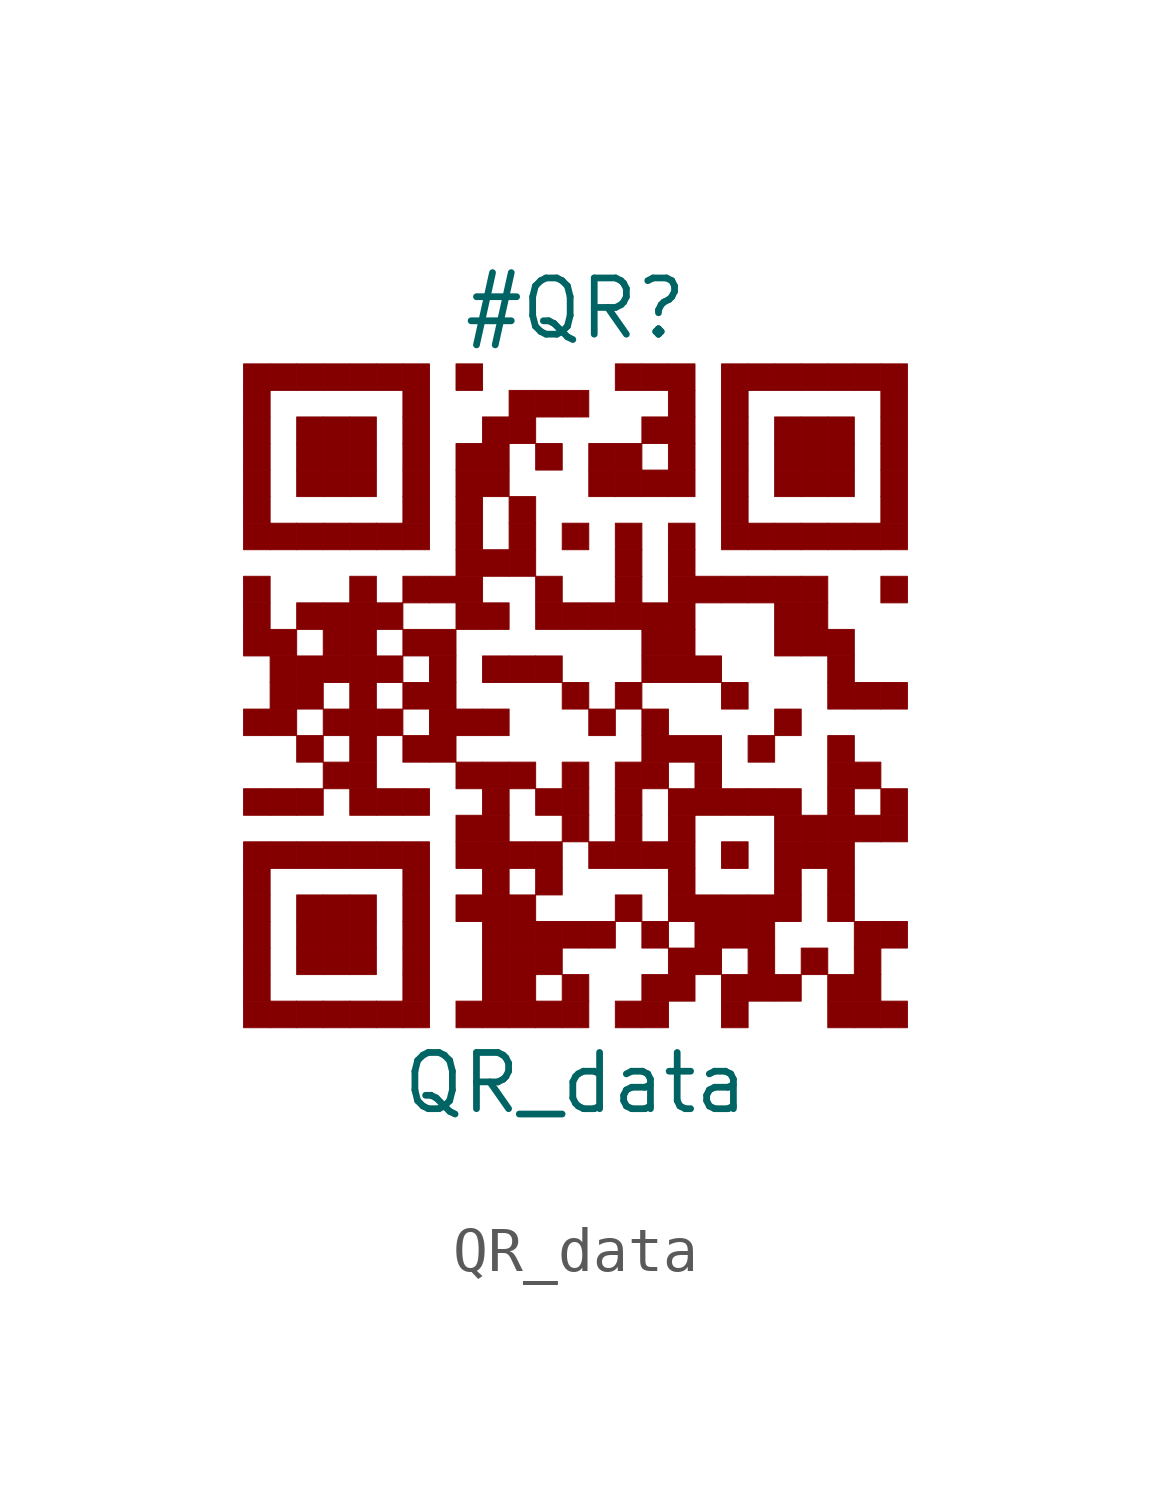
<source format=kicad_sym>
(kicad_symbol_lib
  (version 20211014)
  (generator kibot)
  (symbol "QR_data"
    (pin_numbers hide)
    (pin_names hide)
    (property "Reference" "#QR"
      (at 0 8.75 0))
    (property "Value" "QR_data"
      (at 0 -8.75 0))
    (rectangle
      (start -7.5 7.5)
      (end -6.9 6.9)
      (stroke (width 0.001) (type default))
      (fill (type outline)))
    (rectangle
      (start -6.9 7.5)
      (end -6.3 6.9)
      (stroke (width 0.001) (type default))
      (fill (type outline)))
    (rectangle
      (start -6.3 7.5)
      (end -5.7 6.9)
      (stroke (width 0.001) (type default))
      (fill (type outline)))
    (rectangle
      (start -5.7 7.5)
      (end -5.1 6.9)
      (stroke (width 0.001) (type default))
      (fill (type outline)))
    (rectangle
      (start -5.1 7.5)
      (end -4.5 6.9)
      (stroke (width 0.001) (type default))
      (fill (type outline)))
    (rectangle
      (start -4.5 7.5)
      (end -3.9 6.9)
      (stroke (width 0.001) (type default))
      (fill (type outline)))
    (rectangle
      (start -3.9 7.5)
      (end -3.3 6.9)
      (stroke (width 0.001) (type default))
      (fill (type outline)))
    (rectangle
      (start -2.7 7.5)
      (end -2.1 6.9)
      (stroke (width 0.001) (type default))
      (fill (type outline)))
    (rectangle
      (start 0.9 7.5)
      (end 1.5 6.9)
      (stroke (width 0.001) (type default))
      (fill (type outline)))
    (rectangle
      (start 1.5 7.5)
      (end 2.1 6.9)
      (stroke (width 0.001) (type default))
      (fill (type outline)))
    (rectangle
      (start 2.1 7.5)
      (end 2.7 6.9)
      (stroke (width 0.001) (type default))
      (fill (type outline)))
    (rectangle
      (start 3.3 7.5)
      (end 3.9 6.9)
      (stroke (width 0.001) (type default))
      (fill (type outline)))
    (rectangle
      (start 3.9 7.5)
      (end 4.5 6.9)
      (stroke (width 0.001) (type default))
      (fill (type outline)))
    (rectangle
      (start 4.5 7.5)
      (end 5.1 6.9)
      (stroke (width 0.001) (type default))
      (fill (type outline)))
    (rectangle
      (start 5.1 7.5)
      (end 5.7 6.9)
      (stroke (width 0.001) (type default))
      (fill (type outline)))
    (rectangle
      (start 5.7 7.5)
      (end 6.3 6.9)
      (stroke (width 0.001) (type default))
      (fill (type outline)))
    (rectangle
      (start 6.3 7.5)
      (end 6.9 6.9)
      (stroke (width 0.001) (type default))
      (fill (type outline)))
    (rectangle
      (start 6.9 7.5)
      (end 7.5 6.9)
      (stroke (width 0.001) (type default))
      (fill (type outline)))
    (rectangle
      (start -7.5 6.9)
      (end -6.9 6.3)
      (stroke (width 0.001) (type default))
      (fill (type outline)))
    (rectangle
      (start -3.9 6.9)
      (end -3.3 6.3)
      (stroke (width 0.001) (type default))
      (fill (type outline)))
    (rectangle
      (start -1.5 6.9)
      (end -0.9 6.3)
      (stroke (width 0.001) (type default))
      (fill (type outline)))
    (rectangle
      (start -0.9 6.9)
      (end -0.3 6.3)
      (stroke (width 0.001) (type default))
      (fill (type outline)))
    (rectangle
      (start -0.3 6.9)
      (end 0.3 6.3)
      (stroke (width 0.001) (type default))
      (fill (type outline)))
    (rectangle
      (start 2.1 6.9)
      (end 2.7 6.3)
      (stroke (width 0.001) (type default))
      (fill (type outline)))
    (rectangle
      (start 3.3 6.9)
      (end 3.9 6.3)
      (stroke (width 0.001) (type default))
      (fill (type outline)))
    (rectangle
      (start 6.9 6.9)
      (end 7.5 6.3)
      (stroke (width 0.001) (type default))
      (fill (type outline)))
    (rectangle
      (start -7.5 6.3)
      (end -6.9 5.7)
      (stroke (width 0.001) (type default))
      (fill (type outline)))
    (rectangle
      (start -6.3 6.3)
      (end -5.7 5.7)
      (stroke (width 0.001) (type default))
      (fill (type outline)))
    (rectangle
      (start -5.7 6.3)
      (end -5.1 5.7)
      (stroke (width 0.001) (type default))
      (fill (type outline)))
    (rectangle
      (start -5.1 6.3)
      (end -4.5 5.7)
      (stroke (width 0.001) (type default))
      (fill (type outline)))
    (rectangle
      (start -3.9 6.3)
      (end -3.3 5.7)
      (stroke (width 0.001) (type default))
      (fill (type outline)))
    (rectangle
      (start -2.1 6.3)
      (end -1.5 5.7)
      (stroke (width 0.001) (type default))
      (fill (type outline)))
    (rectangle
      (start -1.5 6.3)
      (end -0.9 5.7)
      (stroke (width 0.001) (type default))
      (fill (type outline)))
    (rectangle
      (start 1.5 6.3)
      (end 2.1 5.7)
      (stroke (width 0.001) (type default))
      (fill (type outline)))
    (rectangle
      (start 2.1 6.3)
      (end 2.7 5.7)
      (stroke (width 0.001) (type default))
      (fill (type outline)))
    (rectangle
      (start 3.3 6.3)
      (end 3.9 5.7)
      (stroke (width 0.001) (type default))
      (fill (type outline)))
    (rectangle
      (start 4.5 6.3)
      (end 5.1 5.7)
      (stroke (width 0.001) (type default))
      (fill (type outline)))
    (rectangle
      (start 5.1 6.3)
      (end 5.7 5.7)
      (stroke (width 0.001) (type default))
      (fill (type outline)))
    (rectangle
      (start 5.7 6.3)
      (end 6.3 5.7)
      (stroke (width 0.001) (type default))
      (fill (type outline)))
    (rectangle
      (start 6.9 6.3)
      (end 7.5 5.7)
      (stroke (width 0.001) (type default))
      (fill (type outline)))
    (rectangle
      (start -7.5 5.7)
      (end -6.9 5.1)
      (stroke (width 0.001) (type default))
      (fill (type outline)))
    (rectangle
      (start -6.3 5.7)
      (end -5.7 5.1)
      (stroke (width 0.001) (type default))
      (fill (type outline)))
    (rectangle
      (start -5.7 5.7)
      (end -5.1 5.1)
      (stroke (width 0.001) (type default))
      (fill (type outline)))
    (rectangle
      (start -5.1 5.7)
      (end -4.5 5.1)
      (stroke (width 0.001) (type default))
      (fill (type outline)))
    (rectangle
      (start -3.9 5.7)
      (end -3.3 5.1)
      (stroke (width 0.001) (type default))
      (fill (type outline)))
    (rectangle
      (start -2.7 5.7)
      (end -2.1 5.1)
      (stroke (width 0.001) (type default))
      (fill (type outline)))
    (rectangle
      (start -2.1 5.7)
      (end -1.5 5.1)
      (stroke (width 0.001) (type default))
      (fill (type outline)))
    (rectangle
      (start -0.9 5.7)
      (end -0.3 5.1)
      (stroke (width 0.001) (type default))
      (fill (type outline)))
    (rectangle
      (start 0.3 5.7)
      (end 0.9 5.1)
      (stroke (width 0.001) (type default))
      (fill (type outline)))
    (rectangle
      (start 0.9 5.7)
      (end 1.5 5.1)
      (stroke (width 0.001) (type default))
      (fill (type outline)))
    (rectangle
      (start 2.1 5.7)
      (end 2.7 5.1)
      (stroke (width 0.001) (type default))
      (fill (type outline)))
    (rectangle
      (start 3.3 5.7)
      (end 3.9 5.1)
      (stroke (width 0.001) (type default))
      (fill (type outline)))
    (rectangle
      (start 4.5 5.7)
      (end 5.1 5.1)
      (stroke (width 0.001) (type default))
      (fill (type outline)))
    (rectangle
      (start 5.1 5.7)
      (end 5.7 5.1)
      (stroke (width 0.001) (type default))
      (fill (type outline)))
    (rectangle
      (start 5.7 5.7)
      (end 6.3 5.1)
      (stroke (width 0.001) (type default))
      (fill (type outline)))
    (rectangle
      (start 6.9 5.7)
      (end 7.5 5.1)
      (stroke (width 0.001) (type default))
      (fill (type outline)))
    (rectangle
      (start -7.5 5.1)
      (end -6.9 4.5)
      (stroke (width 0.001) (type default))
      (fill (type outline)))
    (rectangle
      (start -6.3 5.1)
      (end -5.7 4.5)
      (stroke (width 0.001) (type default))
      (fill (type outline)))
    (rectangle
      (start -5.7 5.1)
      (end -5.1 4.5)
      (stroke (width 0.001) (type default))
      (fill (type outline)))
    (rectangle
      (start -5.1 5.1)
      (end -4.5 4.5)
      (stroke (width 0.001) (type default))
      (fill (type outline)))
    (rectangle
      (start -3.9 5.1)
      (end -3.3 4.5)
      (stroke (width 0.001) (type default))
      (fill (type outline)))
    (rectangle
      (start -2.7 5.1)
      (end -2.1 4.5)
      (stroke (width 0.001) (type default))
      (fill (type outline)))
    (rectangle
      (start -2.1 5.1)
      (end -1.5 4.5)
      (stroke (width 0.001) (type default))
      (fill (type outline)))
    (rectangle
      (start 0.3 5.1)
      (end 0.9 4.5)
      (stroke (width 0.001) (type default))
      (fill (type outline)))
    (rectangle
      (start 0.9 5.1)
      (end 1.5 4.5)
      (stroke (width 0.001) (type default))
      (fill (type outline)))
    (rectangle
      (start 1.5 5.1)
      (end 2.1 4.5)
      (stroke (width 0.001) (type default))
      (fill (type outline)))
    (rectangle
      (start 2.1 5.1)
      (end 2.7 4.5)
      (stroke (width 0.001) (type default))
      (fill (type outline)))
    (rectangle
      (start 3.3 5.1)
      (end 3.9 4.5)
      (stroke (width 0.001) (type default))
      (fill (type outline)))
    (rectangle
      (start 4.5 5.1)
      (end 5.1 4.5)
      (stroke (width 0.001) (type default))
      (fill (type outline)))
    (rectangle
      (start 5.1 5.1)
      (end 5.7 4.5)
      (stroke (width 0.001) (type default))
      (fill (type outline)))
    (rectangle
      (start 5.7 5.1)
      (end 6.3 4.5)
      (stroke (width 0.001) (type default))
      (fill (type outline)))
    (rectangle
      (start 6.9 5.1)
      (end 7.5 4.5)
      (stroke (width 0.001) (type default))
      (fill (type outline)))
    (rectangle
      (start -7.5 4.5)
      (end -6.9 3.9)
      (stroke (width 0.001) (type default))
      (fill (type outline)))
    (rectangle
      (start -3.9 4.5)
      (end -3.3 3.9)
      (stroke (width 0.001) (type default))
      (fill (type outline)))
    (rectangle
      (start -2.7 4.5)
      (end -2.1 3.9)
      (stroke (width 0.001) (type default))
      (fill (type outline)))
    (rectangle
      (start -1.5 4.5)
      (end -0.9 3.9)
      (stroke (width 0.001) (type default))
      (fill (type outline)))
    (rectangle
      (start 3.3 4.5)
      (end 3.9 3.9)
      (stroke (width 0.001) (type default))
      (fill (type outline)))
    (rectangle
      (start 6.9 4.5)
      (end 7.5 3.9)
      (stroke (width 0.001) (type default))
      (fill (type outline)))
    (rectangle
      (start -7.5 3.9)
      (end -6.9 3.3)
      (stroke (width 0.001) (type default))
      (fill (type outline)))
    (rectangle
      (start -6.9 3.9)
      (end -6.3 3.3)
      (stroke (width 0.001) (type default))
      (fill (type outline)))
    (rectangle
      (start -6.3 3.9)
      (end -5.7 3.3)
      (stroke (width 0.001) (type default))
      (fill (type outline)))
    (rectangle
      (start -5.7 3.9)
      (end -5.1 3.3)
      (stroke (width 0.001) (type default))
      (fill (type outline)))
    (rectangle
      (start -5.1 3.9)
      (end -4.5 3.3)
      (stroke (width 0.001) (type default))
      (fill (type outline)))
    (rectangle
      (start -4.5 3.9)
      (end -3.9 3.3)
      (stroke (width 0.001) (type default))
      (fill (type outline)))
    (rectangle
      (start -3.9 3.9)
      (end -3.3 3.3)
      (stroke (width 0.001) (type default))
      (fill (type outline)))
    (rectangle
      (start -2.7 3.9)
      (end -2.1 3.3)
      (stroke (width 0.001) (type default))
      (fill (type outline)))
    (rectangle
      (start -1.5 3.9)
      (end -0.9 3.3)
      (stroke (width 0.001) (type default))
      (fill (type outline)))
    (rectangle
      (start -0.3 3.9)
      (end 0.3 3.3)
      (stroke (width 0.001) (type default))
      (fill (type outline)))
    (rectangle
      (start 0.9 3.9)
      (end 1.5 3.3)
      (stroke (width 0.001) (type default))
      (fill (type outline)))
    (rectangle
      (start 2.1 3.9)
      (end 2.7 3.3)
      (stroke (width 0.001) (type default))
      (fill (type outline)))
    (rectangle
      (start 3.3 3.9)
      (end 3.9 3.3)
      (stroke (width 0.001) (type default))
      (fill (type outline)))
    (rectangle
      (start 3.9 3.9)
      (end 4.5 3.3)
      (stroke (width 0.001) (type default))
      (fill (type outline)))
    (rectangle
      (start 4.5 3.9)
      (end 5.1 3.3)
      (stroke (width 0.001) (type default))
      (fill (type outline)))
    (rectangle
      (start 5.1 3.9)
      (end 5.7 3.3)
      (stroke (width 0.001) (type default))
      (fill (type outline)))
    (rectangle
      (start 5.7 3.9)
      (end 6.3 3.3)
      (stroke (width 0.001) (type default))
      (fill (type outline)))
    (rectangle
      (start 6.3 3.9)
      (end 6.9 3.3)
      (stroke (width 0.001) (type default))
      (fill (type outline)))
    (rectangle
      (start 6.9 3.9)
      (end 7.5 3.3)
      (stroke (width 0.001) (type default))
      (fill (type outline)))
    (rectangle
      (start -2.7 3.3)
      (end -2.1 2.7)
      (stroke (width 0.001) (type default))
      (fill (type outline)))
    (rectangle
      (start -2.1 3.3)
      (end -1.5 2.7)
      (stroke (width 0.001) (type default))
      (fill (type outline)))
    (rectangle
      (start -1.5 3.3)
      (end -0.9 2.7)
      (stroke (width 0.001) (type default))
      (fill (type outline)))
    (rectangle
      (start 0.9 3.3)
      (end 1.5 2.7)
      (stroke (width 0.001) (type default))
      (fill (type outline)))
    (rectangle
      (start 2.1 3.3)
      (end 2.7 2.7)
      (stroke (width 0.001) (type default))
      (fill (type outline)))
    (rectangle
      (start -7.5 2.7)
      (end -6.9 2.1)
      (stroke (width 0.001) (type default))
      (fill (type outline)))
    (rectangle
      (start -5.1 2.7)
      (end -4.5 2.1)
      (stroke (width 0.001) (type default))
      (fill (type outline)))
    (rectangle
      (start -3.9 2.7)
      (end -3.3 2.1)
      (stroke (width 0.001) (type default))
      (fill (type outline)))
    (rectangle
      (start -3.3 2.7)
      (end -2.7 2.1)
      (stroke (width 0.001) (type default))
      (fill (type outline)))
    (rectangle
      (start -2.7 2.7)
      (end -2.1 2.1)
      (stroke (width 0.001) (type default))
      (fill (type outline)))
    (rectangle
      (start -0.9 2.7)
      (end -0.3 2.1)
      (stroke (width 0.001) (type default))
      (fill (type outline)))
    (rectangle
      (start 0.9 2.7)
      (end 1.5 2.1)
      (stroke (width 0.001) (type default))
      (fill (type outline)))
    (rectangle
      (start 2.1 2.7)
      (end 2.7 2.1)
      (stroke (width 0.001) (type default))
      (fill (type outline)))
    (rectangle
      (start 2.7 2.7)
      (end 3.3 2.1)
      (stroke (width 0.001) (type default))
      (fill (type outline)))
    (rectangle
      (start 3.3 2.7)
      (end 3.9 2.1)
      (stroke (width 0.001) (type default))
      (fill (type outline)))
    (rectangle
      (start 3.9 2.7)
      (end 4.5 2.1)
      (stroke (width 0.001) (type default))
      (fill (type outline)))
    (rectangle
      (start 4.5 2.7)
      (end 5.1 2.1)
      (stroke (width 0.001) (type default))
      (fill (type outline)))
    (rectangle
      (start 5.1 2.7)
      (end 5.7 2.1)
      (stroke (width 0.001) (type default))
      (fill (type outline)))
    (rectangle
      (start 6.9 2.7)
      (end 7.5 2.1)
      (stroke (width 0.001) (type default))
      (fill (type outline)))
    (rectangle
      (start -7.5 2.1)
      (end -6.9 1.5)
      (stroke (width 0.001) (type default))
      (fill (type outline)))
    (rectangle
      (start -6.3 2.1)
      (end -5.7 1.5)
      (stroke (width 0.001) (type default))
      (fill (type outline)))
    (rectangle
      (start -5.7 2.1)
      (end -5.1 1.5)
      (stroke (width 0.001) (type default))
      (fill (type outline)))
    (rectangle
      (start -5.1 2.1)
      (end -4.5 1.5)
      (stroke (width 0.001) (type default))
      (fill (type outline)))
    (rectangle
      (start -4.5 2.1)
      (end -3.9 1.5)
      (stroke (width 0.001) (type default))
      (fill (type outline)))
    (rectangle
      (start -2.7 2.1)
      (end -2.1 1.5)
      (stroke (width 0.001) (type default))
      (fill (type outline)))
    (rectangle
      (start -2.1 2.1)
      (end -1.5 1.5)
      (stroke (width 0.001) (type default))
      (fill (type outline)))
    (rectangle
      (start -0.9 2.1)
      (end -0.3 1.5)
      (stroke (width 0.001) (type default))
      (fill (type outline)))
    (rectangle
      (start -0.3 2.1)
      (end 0.3 1.5)
      (stroke (width 0.001) (type default))
      (fill (type outline)))
    (rectangle
      (start 0.3 2.1)
      (end 0.9 1.5)
      (stroke (width 0.001) (type default))
      (fill (type outline)))
    (rectangle
      (start 0.9 2.1)
      (end 1.5 1.5)
      (stroke (width 0.001) (type default))
      (fill (type outline)))
    (rectangle
      (start 1.5 2.1)
      (end 2.1 1.5)
      (stroke (width 0.001) (type default))
      (fill (type outline)))
    (rectangle
      (start 2.1 2.1)
      (end 2.7 1.5)
      (stroke (width 0.001) (type default))
      (fill (type outline)))
    (rectangle
      (start 4.5 2.1)
      (end 5.1 1.5)
      (stroke (width 0.001) (type default))
      (fill (type outline)))
    (rectangle
      (start 5.1 2.1)
      (end 5.7 1.5)
      (stroke (width 0.001) (type default))
      (fill (type outline)))
    (rectangle
      (start -7.5 1.5)
      (end -6.9 0.9)
      (stroke (width 0.001) (type default))
      (fill (type outline)))
    (rectangle
      (start -6.9 1.5)
      (end -6.3 0.9)
      (stroke (width 0.001) (type default))
      (fill (type outline)))
    (rectangle
      (start -5.7 1.5)
      (end -5.1 0.9)
      (stroke (width 0.001) (type default))
      (fill (type outline)))
    (rectangle
      (start -5.1 1.5)
      (end -4.5 0.9)
      (stroke (width 0.001) (type default))
      (fill (type outline)))
    (rectangle
      (start -3.9 1.5)
      (end -3.3 0.9)
      (stroke (width 0.001) (type default))
      (fill (type outline)))
    (rectangle
      (start -3.3 1.5)
      (end -2.7 0.9)
      (stroke (width 0.001) (type default))
      (fill (type outline)))
    (rectangle
      (start 1.5 1.5)
      (end 2.1 0.9)
      (stroke (width 0.001) (type default))
      (fill (type outline)))
    (rectangle
      (start 2.1 1.5)
      (end 2.7 0.9)
      (stroke (width 0.001) (type default))
      (fill (type outline)))
    (rectangle
      (start 4.5 1.5)
      (end 5.1 0.9)
      (stroke (width 0.001) (type default))
      (fill (type outline)))
    (rectangle
      (start 5.1 1.5)
      (end 5.7 0.9)
      (stroke (width 0.001) (type default))
      (fill (type outline)))
    (rectangle
      (start 5.7 1.5)
      (end 6.3 0.9)
      (stroke (width 0.001) (type default))
      (fill (type outline)))
    (rectangle
      (start -6.9 0.9)
      (end -6.3 0.3)
      (stroke (width 0.001) (type default))
      (fill (type outline)))
    (rectangle
      (start -6.3 0.9)
      (end -5.7 0.3)
      (stroke (width 0.001) (type default))
      (fill (type outline)))
    (rectangle
      (start -5.7 0.9)
      (end -5.1 0.3)
      (stroke (width 0.001) (type default))
      (fill (type outline)))
    (rectangle
      (start -5.1 0.9)
      (end -4.5 0.3)
      (stroke (width 0.001) (type default))
      (fill (type outline)))
    (rectangle
      (start -4.5 0.9)
      (end -3.9 0.3)
      (stroke (width 0.001) (type default))
      (fill (type outline)))
    (rectangle
      (start -3.3 0.9)
      (end -2.7 0.3)
      (stroke (width 0.001) (type default))
      (fill (type outline)))
    (rectangle
      (start -2.1 0.9)
      (end -1.5 0.3)
      (stroke (width 0.001) (type default))
      (fill (type outline)))
    (rectangle
      (start -1.5 0.9)
      (end -0.9 0.3)
      (stroke (width 0.001) (type default))
      (fill (type outline)))
    (rectangle
      (start -0.9 0.9)
      (end -0.3 0.3)
      (stroke (width 0.001) (type default))
      (fill (type outline)))
    (rectangle
      (start 1.5 0.9)
      (end 2.1 0.3)
      (stroke (width 0.001) (type default))
      (fill (type outline)))
    (rectangle
      (start 2.1 0.9)
      (end 2.7 0.3)
      (stroke (width 0.001) (type default))
      (fill (type outline)))
    (rectangle
      (start 2.7 0.9)
      (end 3.3 0.3)
      (stroke (width 0.001) (type default))
      (fill (type outline)))
    (rectangle
      (start 5.7 0.9)
      (end 6.3 0.3)
      (stroke (width 0.001) (type default))
      (fill (type outline)))
    (rectangle
      (start -6.9 0.3)
      (end -6.3 -0.3)
      (stroke (width 0.001) (type default))
      (fill (type outline)))
    (rectangle
      (start -6.3 0.3)
      (end -5.7 -0.3)
      (stroke (width 0.001) (type default))
      (fill (type outline)))
    (rectangle
      (start -5.1 0.3)
      (end -4.5 -0.3)
      (stroke (width 0.001) (type default))
      (fill (type outline)))
    (rectangle
      (start -3.9 0.3)
      (end -3.3 -0.3)
      (stroke (width 0.001) (type default))
      (fill (type outline)))
    (rectangle
      (start -3.3 0.3)
      (end -2.7 -0.3)
      (stroke (width 0.001) (type default))
      (fill (type outline)))
    (rectangle
      (start -0.3 0.3)
      (end 0.3 -0.3)
      (stroke (width 0.001) (type default))
      (fill (type outline)))
    (rectangle
      (start 0.9 0.3)
      (end 1.5 -0.3)
      (stroke (width 0.001) (type default))
      (fill (type outline)))
    (rectangle
      (start 3.3 0.3)
      (end 3.9 -0.3)
      (stroke (width 0.001) (type default))
      (fill (type outline)))
    (rectangle
      (start 5.7 0.3)
      (end 6.3 -0.3)
      (stroke (width 0.001) (type default))
      (fill (type outline)))
    (rectangle
      (start 6.3 0.3)
      (end 6.9 -0.3)
      (stroke (width 0.001) (type default))
      (fill (type outline)))
    (rectangle
      (start 6.9 0.3)
      (end 7.5 -0.3)
      (stroke (width 0.001) (type default))
      (fill (type outline)))
    (rectangle
      (start -7.5 -0.3)
      (end -6.9 -0.9)
      (stroke (width 0.001) (type default))
      (fill (type outline)))
    (rectangle
      (start -6.9 -0.3)
      (end -6.3 -0.9)
      (stroke (width 0.001) (type default))
      (fill (type outline)))
    (rectangle
      (start -5.7 -0.3)
      (end -5.1 -0.9)
      (stroke (width 0.001) (type default))
      (fill (type outline)))
    (rectangle
      (start -5.1 -0.3)
      (end -4.5 -0.9)
      (stroke (width 0.001) (type default))
      (fill (type outline)))
    (rectangle
      (start -4.5 -0.3)
      (end -3.9 -0.9)
      (stroke (width 0.001) (type default))
      (fill (type outline)))
    (rectangle
      (start -3.3 -0.3)
      (end -2.7 -0.9)
      (stroke (width 0.001) (type default))
      (fill (type outline)))
    (rectangle
      (start -2.7 -0.3)
      (end -2.1 -0.9)
      (stroke (width 0.001) (type default))
      (fill (type outline)))
    (rectangle
      (start -2.1 -0.3)
      (end -1.5 -0.9)
      (stroke (width 0.001) (type default))
      (fill (type outline)))
    (rectangle
      (start 0.3 -0.3)
      (end 0.9 -0.9)
      (stroke (width 0.001) (type default))
      (fill (type outline)))
    (rectangle
      (start 1.5 -0.3)
      (end 2.1 -0.9)
      (stroke (width 0.001) (type default))
      (fill (type outline)))
    (rectangle
      (start 4.5 -0.3)
      (end 5.1 -0.9)
      (stroke (width 0.001) (type default))
      (fill (type outline)))
    (rectangle
      (start -6.3 -0.9)
      (end -5.7 -1.5)
      (stroke (width 0.001) (type default))
      (fill (type outline)))
    (rectangle
      (start -5.1 -0.9)
      (end -4.5 -1.5)
      (stroke (width 0.001) (type default))
      (fill (type outline)))
    (rectangle
      (start -3.9 -0.9)
      (end -3.3 -1.5)
      (stroke (width 0.001) (type default))
      (fill (type outline)))
    (rectangle
      (start -3.3 -0.9)
      (end -2.7 -1.5)
      (stroke (width 0.001) (type default))
      (fill (type outline)))
    (rectangle
      (start 1.5 -0.9)
      (end 2.1 -1.5)
      (stroke (width 0.001) (type default))
      (fill (type outline)))
    (rectangle
      (start 2.1 -0.9)
      (end 2.7 -1.5)
      (stroke (width 0.001) (type default))
      (fill (type outline)))
    (rectangle
      (start 2.7 -0.9)
      (end 3.3 -1.5)
      (stroke (width 0.001) (type default))
      (fill (type outline)))
    (rectangle
      (start 3.9 -0.9)
      (end 4.5 -1.5)
      (stroke (width 0.001) (type default))
      (fill (type outline)))
    (rectangle
      (start 5.7 -0.9)
      (end 6.3 -1.5)
      (stroke (width 0.001) (type default))
      (fill (type outline)))
    (rectangle
      (start -5.7 -1.5)
      (end -5.1 -2.1)
      (stroke (width 0.001) (type default))
      (fill (type outline)))
    (rectangle
      (start -5.1 -1.5)
      (end -4.5 -2.1)
      (stroke (width 0.001) (type default))
      (fill (type outline)))
    (rectangle
      (start -2.7 -1.5)
      (end -2.1 -2.1)
      (stroke (width 0.001) (type default))
      (fill (type outline)))
    (rectangle
      (start -2.1 -1.5)
      (end -1.5 -2.1)
      (stroke (width 0.001) (type default))
      (fill (type outline)))
    (rectangle
      (start -1.5 -1.5)
      (end -0.9 -2.1)
      (stroke (width 0.001) (type default))
      (fill (type outline)))
    (rectangle
      (start -0.3 -1.5)
      (end 0.3 -2.1)
      (stroke (width 0.001) (type default))
      (fill (type outline)))
    (rectangle
      (start 0.9 -1.5)
      (end 1.5 -2.1)
      (stroke (width 0.001) (type default))
      (fill (type outline)))
    (rectangle
      (start 1.5 -1.5)
      (end 2.1 -2.1)
      (stroke (width 0.001) (type default))
      (fill (type outline)))
    (rectangle
      (start 2.7 -1.5)
      (end 3.3 -2.1)
      (stroke (width 0.001) (type default))
      (fill (type outline)))
    (rectangle
      (start 5.7 -1.5)
      (end 6.3 -2.1)
      (stroke (width 0.001) (type default))
      (fill (type outline)))
    (rectangle
      (start 6.3 -1.5)
      (end 6.9 -2.1)
      (stroke (width 0.001) (type default))
      (fill (type outline)))
    (rectangle
      (start -7.5 -2.1)
      (end -6.9 -2.7)
      (stroke (width 0.001) (type default))
      (fill (type outline)))
    (rectangle
      (start -6.9 -2.1)
      (end -6.3 -2.7)
      (stroke (width 0.001) (type default))
      (fill (type outline)))
    (rectangle
      (start -6.3 -2.1)
      (end -5.7 -2.7)
      (stroke (width 0.001) (type default))
      (fill (type outline)))
    (rectangle
      (start -5.1 -2.1)
      (end -4.5 -2.7)
      (stroke (width 0.001) (type default))
      (fill (type outline)))
    (rectangle
      (start -4.5 -2.1)
      (end -3.9 -2.7)
      (stroke (width 0.001) (type default))
      (fill (type outline)))
    (rectangle
      (start -3.9 -2.1)
      (end -3.3 -2.7)
      (stroke (width 0.001) (type default))
      (fill (type outline)))
    (rectangle
      (start -2.1 -2.1)
      (end -1.5 -2.7)
      (stroke (width 0.001) (type default))
      (fill (type outline)))
    (rectangle
      (start -0.9 -2.1)
      (end -0.3 -2.7)
      (stroke (width 0.001) (type default))
      (fill (type outline)))
    (rectangle
      (start -0.3 -2.1)
      (end 0.3 -2.7)
      (stroke (width 0.001) (type default))
      (fill (type outline)))
    (rectangle
      (start 0.9 -2.1)
      (end 1.5 -2.7)
      (stroke (width 0.001) (type default))
      (fill (type outline)))
    (rectangle
      (start 2.1 -2.1)
      (end 2.7 -2.7)
      (stroke (width 0.001) (type default))
      (fill (type outline)))
    (rectangle
      (start 2.7 -2.1)
      (end 3.3 -2.7)
      (stroke (width 0.001) (type default))
      (fill (type outline)))
    (rectangle
      (start 3.3 -2.1)
      (end 3.9 -2.7)
      (stroke (width 0.001) (type default))
      (fill (type outline)))
    (rectangle
      (start 3.9 -2.1)
      (end 4.5 -2.7)
      (stroke (width 0.001) (type default))
      (fill (type outline)))
    (rectangle
      (start 4.5 -2.1)
      (end 5.1 -2.7)
      (stroke (width 0.001) (type default))
      (fill (type outline)))
    (rectangle
      (start 5.7 -2.1)
      (end 6.3 -2.7)
      (stroke (width 0.001) (type default))
      (fill (type outline)))
    (rectangle
      (start 6.9 -2.1)
      (end 7.5 -2.7)
      (stroke (width 0.001) (type default))
      (fill (type outline)))
    (rectangle
      (start -2.7 -2.7)
      (end -2.1 -3.3)
      (stroke (width 0.001) (type default))
      (fill (type outline)))
    (rectangle
      (start -2.1 -2.7)
      (end -1.5 -3.3)
      (stroke (width 0.001) (type default))
      (fill (type outline)))
    (rectangle
      (start -0.3 -2.7)
      (end 0.3 -3.3)
      (stroke (width 0.001) (type default))
      (fill (type outline)))
    (rectangle
      (start 0.9 -2.7)
      (end 1.5 -3.3)
      (stroke (width 0.001) (type default))
      (fill (type outline)))
    (rectangle
      (start 2.1 -2.7)
      (end 2.7 -3.3)
      (stroke (width 0.001) (type default))
      (fill (type outline)))
    (rectangle
      (start 4.5 -2.7)
      (end 5.1 -3.3)
      (stroke (width 0.001) (type default))
      (fill (type outline)))
    (rectangle
      (start 5.1 -2.7)
      (end 5.7 -3.3)
      (stroke (width 0.001) (type default))
      (fill (type outline)))
    (rectangle
      (start 5.7 -2.7)
      (end 6.3 -3.3)
      (stroke (width 0.001) (type default))
      (fill (type outline)))
    (rectangle
      (start 6.3 -2.7)
      (end 6.9 -3.3)
      (stroke (width 0.001) (type default))
      (fill (type outline)))
    (rectangle
      (start 6.9 -2.7)
      (end 7.5 -3.3)
      (stroke (width 0.001) (type default))
      (fill (type outline)))
    (rectangle
      (start -7.5 -3.3)
      (end -6.9 -3.9)
      (stroke (width 0.001) (type default))
      (fill (type outline)))
    (rectangle
      (start -6.9 -3.3)
      (end -6.3 -3.9)
      (stroke (width 0.001) (type default))
      (fill (type outline)))
    (rectangle
      (start -6.3 -3.3)
      (end -5.7 -3.9)
      (stroke (width 0.001) (type default))
      (fill (type outline)))
    (rectangle
      (start -5.7 -3.3)
      (end -5.1 -3.9)
      (stroke (width 0.001) (type default))
      (fill (type outline)))
    (rectangle
      (start -5.1 -3.3)
      (end -4.5 -3.9)
      (stroke (width 0.001) (type default))
      (fill (type outline)))
    (rectangle
      (start -4.5 -3.3)
      (end -3.9 -3.9)
      (stroke (width 0.001) (type default))
      (fill (type outline)))
    (rectangle
      (start -3.9 -3.3)
      (end -3.3 -3.9)
      (stroke (width 0.001) (type default))
      (fill (type outline)))
    (rectangle
      (start -2.7 -3.3)
      (end -2.1 -3.9)
      (stroke (width 0.001) (type default))
      (fill (type outline)))
    (rectangle
      (start -2.1 -3.3)
      (end -1.5 -3.9)
      (stroke (width 0.001) (type default))
      (fill (type outline)))
    (rectangle
      (start -1.5 -3.3)
      (end -0.9 -3.9)
      (stroke (width 0.001) (type default))
      (fill (type outline)))
    (rectangle
      (start -0.9 -3.3)
      (end -0.3 -3.9)
      (stroke (width 0.001) (type default))
      (fill (type outline)))
    (rectangle
      (start 0.3 -3.3)
      (end 0.9 -3.9)
      (stroke (width 0.001) (type default))
      (fill (type outline)))
    (rectangle
      (start 0.9 -3.3)
      (end 1.5 -3.9)
      (stroke (width 0.001) (type default))
      (fill (type outline)))
    (rectangle
      (start 1.5 -3.3)
      (end 2.1 -3.9)
      (stroke (width 0.001) (type default))
      (fill (type outline)))
    (rectangle
      (start 2.1 -3.3)
      (end 2.7 -3.9)
      (stroke (width 0.001) (type default))
      (fill (type outline)))
    (rectangle
      (start 3.3 -3.3)
      (end 3.9 -3.9)
      (stroke (width 0.001) (type default))
      (fill (type outline)))
    (rectangle
      (start 4.5 -3.3)
      (end 5.1 -3.9)
      (stroke (width 0.001) (type default))
      (fill (type outline)))
    (rectangle
      (start 5.1 -3.3)
      (end 5.7 -3.9)
      (stroke (width 0.001) (type default))
      (fill (type outline)))
    (rectangle
      (start 5.7 -3.3)
      (end 6.3 -3.9)
      (stroke (width 0.001) (type default))
      (fill (type outline)))
    (rectangle
      (start -7.5 -3.9)
      (end -6.9 -4.5)
      (stroke (width 0.001) (type default))
      (fill (type outline)))
    (rectangle
      (start -3.9 -3.9)
      (end -3.3 -4.5)
      (stroke (width 0.001) (type default))
      (fill (type outline)))
    (rectangle
      (start -2.1 -3.9)
      (end -1.5 -4.5)
      (stroke (width 0.001) (type default))
      (fill (type outline)))
    (rectangle
      (start -0.9 -3.9)
      (end -0.3 -4.5)
      (stroke (width 0.001) (type default))
      (fill (type outline)))
    (rectangle
      (start 2.1 -3.9)
      (end 2.7 -4.5)
      (stroke (width 0.001) (type default))
      (fill (type outline)))
    (rectangle
      (start 4.5 -3.9)
      (end 5.1 -4.5)
      (stroke (width 0.001) (type default))
      (fill (type outline)))
    (rectangle
      (start 5.7 -3.9)
      (end 6.3 -4.5)
      (stroke (width 0.001) (type default))
      (fill (type outline)))
    (rectangle
      (start -7.5 -4.5)
      (end -6.9 -5.1)
      (stroke (width 0.001) (type default))
      (fill (type outline)))
    (rectangle
      (start -6.3 -4.5)
      (end -5.7 -5.1)
      (stroke (width 0.001) (type default))
      (fill (type outline)))
    (rectangle
      (start -5.7 -4.5)
      (end -5.1 -5.1)
      (stroke (width 0.001) (type default))
      (fill (type outline)))
    (rectangle
      (start -5.1 -4.5)
      (end -4.5 -5.1)
      (stroke (width 0.001) (type default))
      (fill (type outline)))
    (rectangle
      (start -3.9 -4.5)
      (end -3.3 -5.1)
      (stroke (width 0.001) (type default))
      (fill (type outline)))
    (rectangle
      (start -2.7 -4.5)
      (end -2.1 -5.1)
      (stroke (width 0.001) (type default))
      (fill (type outline)))
    (rectangle
      (start -2.1 -4.5)
      (end -1.5 -5.1)
      (stroke (width 0.001) (type default))
      (fill (type outline)))
    (rectangle
      (start -1.5 -4.5)
      (end -0.9 -5.1)
      (stroke (width 0.001) (type default))
      (fill (type outline)))
    (rectangle
      (start 0.9 -4.5)
      (end 1.5 -5.1)
      (stroke (width 0.001) (type default))
      (fill (type outline)))
    (rectangle
      (start 2.1 -4.5)
      (end 2.7 -5.1)
      (stroke (width 0.001) (type default))
      (fill (type outline)))
    (rectangle
      (start 2.7 -4.5)
      (end 3.3 -5.1)
      (stroke (width 0.001) (type default))
      (fill (type outline)))
    (rectangle
      (start 3.3 -4.5)
      (end 3.9 -5.1)
      (stroke (width 0.001) (type default))
      (fill (type outline)))
    (rectangle
      (start 3.9 -4.5)
      (end 4.5 -5.1)
      (stroke (width 0.001) (type default))
      (fill (type outline)))
    (rectangle
      (start 4.5 -4.5)
      (end 5.1 -5.1)
      (stroke (width 0.001) (type default))
      (fill (type outline)))
    (rectangle
      (start 5.7 -4.5)
      (end 6.3 -5.1)
      (stroke (width 0.001) (type default))
      (fill (type outline)))
    (rectangle
      (start -7.5 -5.1)
      (end -6.9 -5.7)
      (stroke (width 0.001) (type default))
      (fill (type outline)))
    (rectangle
      (start -6.3 -5.1)
      (end -5.7 -5.7)
      (stroke (width 0.001) (type default))
      (fill (type outline)))
    (rectangle
      (start -5.7 -5.1)
      (end -5.1 -5.7)
      (stroke (width 0.001) (type default))
      (fill (type outline)))
    (rectangle
      (start -5.1 -5.1)
      (end -4.5 -5.7)
      (stroke (width 0.001) (type default))
      (fill (type outline)))
    (rectangle
      (start -3.9 -5.1)
      (end -3.3 -5.7)
      (stroke (width 0.001) (type default))
      (fill (type outline)))
    (rectangle
      (start -2.1 -5.1)
      (end -1.5 -5.7)
      (stroke (width 0.001) (type default))
      (fill (type outline)))
    (rectangle
      (start -1.5 -5.1)
      (end -0.9 -5.7)
      (stroke (width 0.001) (type default))
      (fill (type outline)))
    (rectangle
      (start -0.9 -5.1)
      (end -0.3 -5.7)
      (stroke (width 0.001) (type default))
      (fill (type outline)))
    (rectangle
      (start -0.3 -5.1)
      (end 0.3 -5.7)
      (stroke (width 0.001) (type default))
      (fill (type outline)))
    (rectangle
      (start 0.3 -5.1)
      (end 0.9 -5.7)
      (stroke (width 0.001) (type default))
      (fill (type outline)))
    (rectangle
      (start 1.5 -5.1)
      (end 2.1 -5.7)
      (stroke (width 0.001) (type default))
      (fill (type outline)))
    (rectangle
      (start 2.7 -5.1)
      (end 3.3 -5.7)
      (stroke (width 0.001) (type default))
      (fill (type outline)))
    (rectangle
      (start 3.3 -5.1)
      (end 3.9 -5.7)
      (stroke (width 0.001) (type default))
      (fill (type outline)))
    (rectangle
      (start 3.9 -5.1)
      (end 4.5 -5.7)
      (stroke (width 0.001) (type default))
      (fill (type outline)))
    (rectangle
      (start 6.3 -5.1)
      (end 6.9 -5.7)
      (stroke (width 0.001) (type default))
      (fill (type outline)))
    (rectangle
      (start 6.9 -5.1)
      (end 7.5 -5.7)
      (stroke (width 0.001) (type default))
      (fill (type outline)))
    (rectangle
      (start -7.5 -5.7)
      (end -6.9 -6.3)
      (stroke (width 0.001) (type default))
      (fill (type outline)))
    (rectangle
      (start -6.3 -5.7)
      (end -5.7 -6.3)
      (stroke (width 0.001) (type default))
      (fill (type outline)))
    (rectangle
      (start -5.7 -5.7)
      (end -5.1 -6.3)
      (stroke (width 0.001) (type default))
      (fill (type outline)))
    (rectangle
      (start -5.1 -5.7)
      (end -4.5 -6.3)
      (stroke (width 0.001) (type default))
      (fill (type outline)))
    (rectangle
      (start -3.9 -5.7)
      (end -3.3 -6.3)
      (stroke (width 0.001) (type default))
      (fill (type outline)))
    (rectangle
      (start -2.1 -5.7)
      (end -1.5 -6.3)
      (stroke (width 0.001) (type default))
      (fill (type outline)))
    (rectangle
      (start -1.5 -5.7)
      (end -0.9 -6.3)
      (stroke (width 0.001) (type default))
      (fill (type outline)))
    (rectangle
      (start -0.9 -5.7)
      (end -0.3 -6.3)
      (stroke (width 0.001) (type default))
      (fill (type outline)))
    (rectangle
      (start 2.1 -5.7)
      (end 2.7 -6.3)
      (stroke (width 0.001) (type default))
      (fill (type outline)))
    (rectangle
      (start 2.7 -5.7)
      (end 3.3 -6.3)
      (stroke (width 0.001) (type default))
      (fill (type outline)))
    (rectangle
      (start 3.9 -5.7)
      (end 4.5 -6.3)
      (stroke (width 0.001) (type default))
      (fill (type outline)))
    (rectangle
      (start 5.1 -5.7)
      (end 5.7 -6.3)
      (stroke (width 0.001) (type default))
      (fill (type outline)))
    (rectangle
      (start 6.3 -5.7)
      (end 6.9 -6.3)
      (stroke (width 0.001) (type default))
      (fill (type outline)))
    (rectangle
      (start -7.5 -6.3)
      (end -6.9 -6.9)
      (stroke (width 0.001) (type default))
      (fill (type outline)))
    (rectangle
      (start -3.9 -6.3)
      (end -3.3 -6.9)
      (stroke (width 0.001) (type default))
      (fill (type outline)))
    (rectangle
      (start -2.1 -6.3)
      (end -1.5 -6.9)
      (stroke (width 0.001) (type default))
      (fill (type outline)))
    (rectangle
      (start -1.5 -6.3)
      (end -0.9 -6.9)
      (stroke (width 0.001) (type default))
      (fill (type outline)))
    (rectangle
      (start -0.3 -6.3)
      (end 0.3 -6.9)
      (stroke (width 0.001) (type default))
      (fill (type outline)))
    (rectangle
      (start 1.5 -6.3)
      (end 2.1 -6.9)
      (stroke (width 0.001) (type default))
      (fill (type outline)))
    (rectangle
      (start 2.1 -6.3)
      (end 2.7 -6.9)
      (stroke (width 0.001) (type default))
      (fill (type outline)))
    (rectangle
      (start 3.3 -6.3)
      (end 3.9 -6.9)
      (stroke (width 0.001) (type default))
      (fill (type outline)))
    (rectangle
      (start 3.9 -6.3)
      (end 4.5 -6.9)
      (stroke (width 0.001) (type default))
      (fill (type outline)))
    (rectangle
      (start 4.5 -6.3)
      (end 5.1 -6.9)
      (stroke (width 0.001) (type default))
      (fill (type outline)))
    (rectangle
      (start 5.7 -6.3)
      (end 6.3 -6.9)
      (stroke (width 0.001) (type default))
      (fill (type outline)))
    (rectangle
      (start 6.3 -6.3)
      (end 6.9 -6.9)
      (stroke (width 0.001) (type default))
      (fill (type outline)))
    (rectangle
      (start -7.5 -6.9)
      (end -6.9 -7.5)
      (stroke (width 0.001) (type default))
      (fill (type outline)))
    (rectangle
      (start -6.9 -6.9)
      (end -6.3 -7.5)
      (stroke (width 0.001) (type default))
      (fill (type outline)))
    (rectangle
      (start -6.3 -6.9)
      (end -5.7 -7.5)
      (stroke (width 0.001) (type default))
      (fill (type outline)))
    (rectangle
      (start -5.7 -6.9)
      (end -5.1 -7.5)
      (stroke (width 0.001) (type default))
      (fill (type outline)))
    (rectangle
      (start -5.1 -6.9)
      (end -4.5 -7.5)
      (stroke (width 0.001) (type default))
      (fill (type outline)))
    (rectangle
      (start -4.5 -6.9)
      (end -3.9 -7.5)
      (stroke (width 0.001) (type default))
      (fill (type outline)))
    (rectangle
      (start -3.9 -6.9)
      (end -3.3 -7.5)
      (stroke (width 0.001) (type default))
      (fill (type outline)))
    (rectangle
      (start -2.7 -6.9)
      (end -2.1 -7.5)
      (stroke (width 0.001) (type default))
      (fill (type outline)))
    (rectangle
      (start -2.1 -6.9)
      (end -1.5 -7.5)
      (stroke (width 0.001) (type default))
      (fill (type outline)))
    (rectangle
      (start -1.5 -6.9)
      (end -0.9 -7.5)
      (stroke (width 0.001) (type default))
      (fill (type outline)))
    (rectangle
      (start -0.9 -6.9)
      (end -0.3 -7.5)
      (stroke (width 0.001) (type default))
      (fill (type outline)))
    (rectangle
      (start -0.3 -6.9)
      (end 0.3 -7.5)
      (stroke (width 0.001) (type default))
      (fill (type outline)))
    (rectangle
      (start 0.9 -6.9)
      (end 1.5 -7.5)
      (stroke (width 0.001) (type default))
      (fill (type outline)))
    (rectangle
      (start 1.5 -6.9)
      (end 2.1 -7.5)
      (stroke (width 0.001) (type default))
      (fill (type outline)))
    (rectangle
      (start 3.3 -6.9)
      (end 3.9 -7.5)
      (stroke (width 0.001) (type default))
      (fill (type outline)))
    (rectangle
      (start 5.7 -6.9)
      (end 6.3 -7.5)
      (stroke (width 0.001) (type default))
      (fill (type outline)))
    (rectangle
      (start 6.3 -6.9)
      (end 6.9 -7.5)
      (stroke (width 0.001) (type default))
      (fill (type outline)))
    (rectangle
      (start 6.9 -6.9)
      (end 7.5 -7.5)
      (stroke (width 0.001) (type default))
      (fill (type outline)))))
</source>
